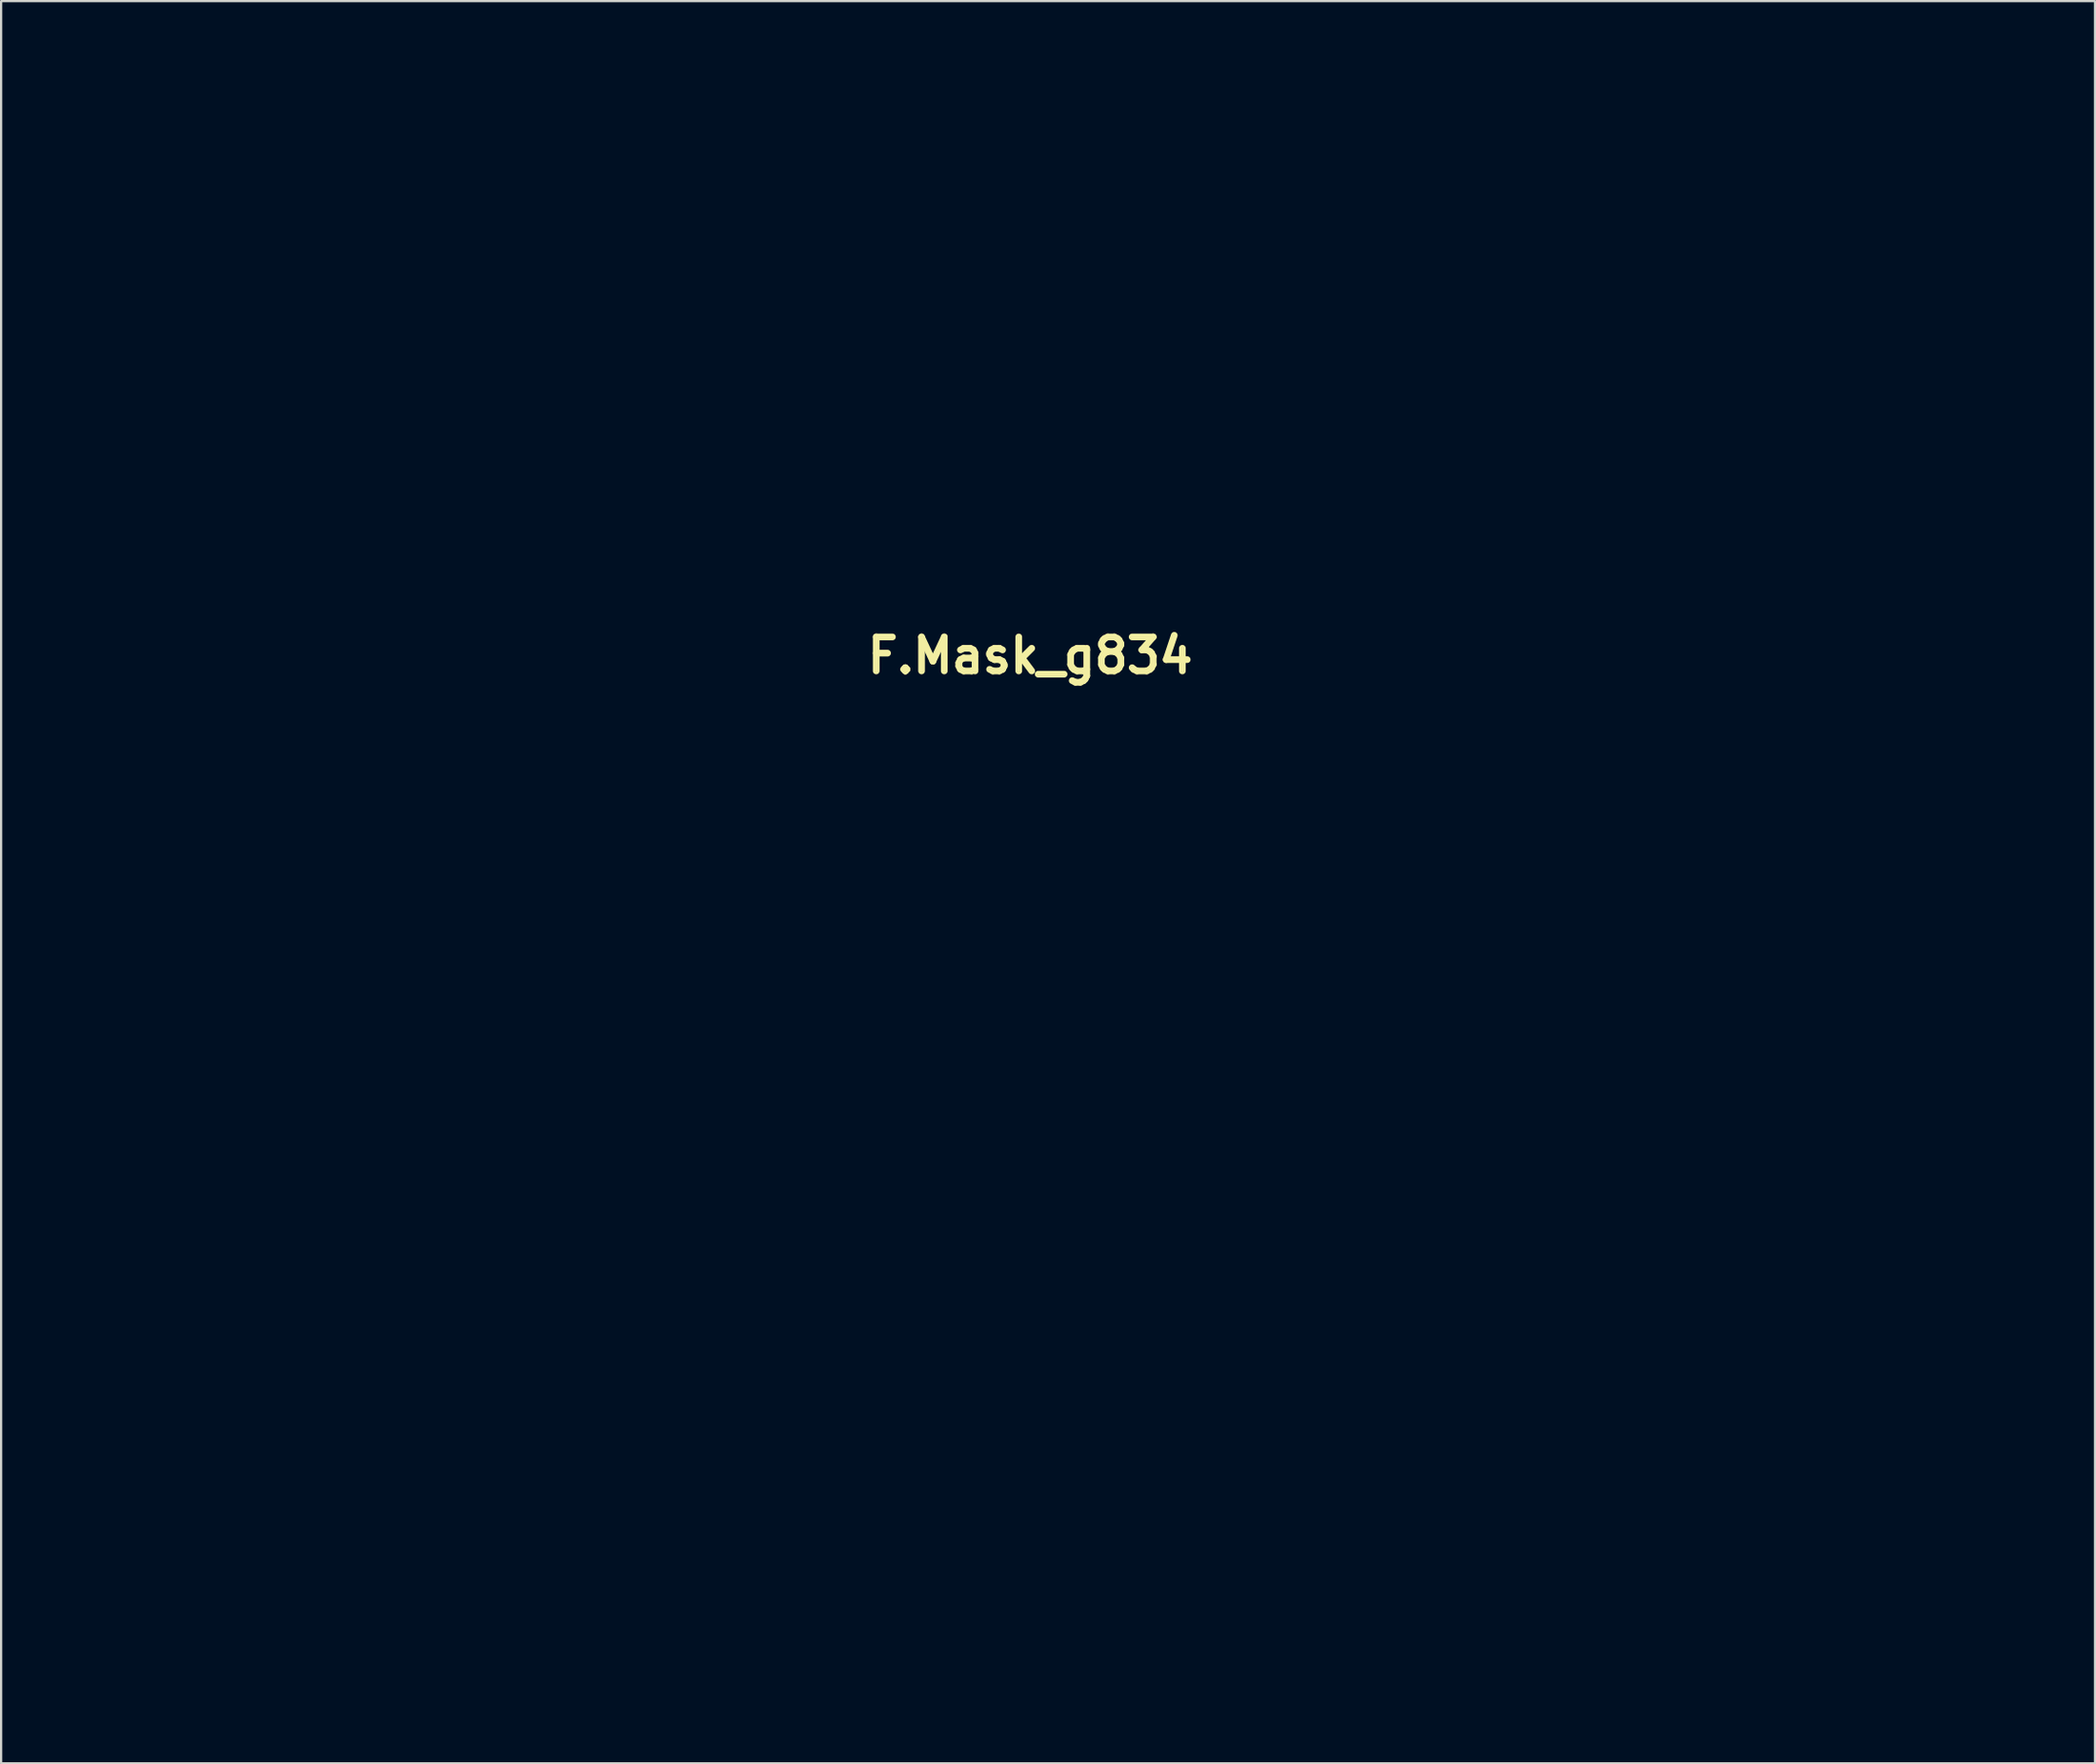
<source format=kicad_pcb>
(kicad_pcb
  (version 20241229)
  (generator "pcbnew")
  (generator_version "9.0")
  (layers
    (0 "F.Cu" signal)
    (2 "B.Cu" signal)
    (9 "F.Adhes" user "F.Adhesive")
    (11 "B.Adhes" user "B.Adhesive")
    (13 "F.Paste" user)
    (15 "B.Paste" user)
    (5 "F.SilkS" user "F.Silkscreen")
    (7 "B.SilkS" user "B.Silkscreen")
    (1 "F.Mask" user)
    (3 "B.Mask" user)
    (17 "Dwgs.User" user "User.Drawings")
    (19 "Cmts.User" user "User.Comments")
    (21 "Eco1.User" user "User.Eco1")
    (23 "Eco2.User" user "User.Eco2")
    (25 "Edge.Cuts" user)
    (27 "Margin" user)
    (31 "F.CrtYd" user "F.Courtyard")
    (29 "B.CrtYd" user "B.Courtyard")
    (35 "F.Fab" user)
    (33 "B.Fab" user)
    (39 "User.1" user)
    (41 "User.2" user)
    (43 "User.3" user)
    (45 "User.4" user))
  (footprint "F.Mask_g834"
    (layer "F.Cu")
    (at 43.1 26.336)
    (property "Reference" "F.Mask_g834" (at 0 0 0) (layer "F.SilkS") (effects (font (size 1.524 1.524) (thickness 0.3))))
    (attr through_hole)
    (fp_poly (pts (xy -31.581 -24.807) (xy -43.095 -24.807) (xy -43.095 -26.331) (xy -31.581 -26.331) (xy -31.581 -24.807)) (stroke (width 0.01) (type solid)) (fill yes) (layer "F.Mask"))
    (fp_poly (pts (xy -31.581 46.651) (xy -43.095 46.651) (xy -43.095 45.127) (xy -31.581 45.127) (xy -31.581 46.651)) (stroke (width 0.01) (type solid)) (fill yes) (layer "F.Mask"))
    (fp_poly (pts (xy 44.704 -24.807) (xy 33.189 -24.807) (xy 33.189 -26.331) (xy 44.704 -26.331) (xy 44.704 -24.807)) (stroke (width 0.01) (type solid)) (fill yes) (layer "F.Mask"))
    (fp_poly (pts (xy 44.704 46.651) (xy 33.189 46.651) (xy 33.189 45.127) (xy 44.704 45.127) (xy 44.704 46.651)) (stroke (width 0.01) (type solid)) (fill yes) (layer "F.Mask")))
  (gr_rect
    (start -3 -3)
    (end 90.809 75.993)
    (stroke (width 0.1) (type default))
    (fill no)
    (layer "Edge.Cuts")))
</source>
